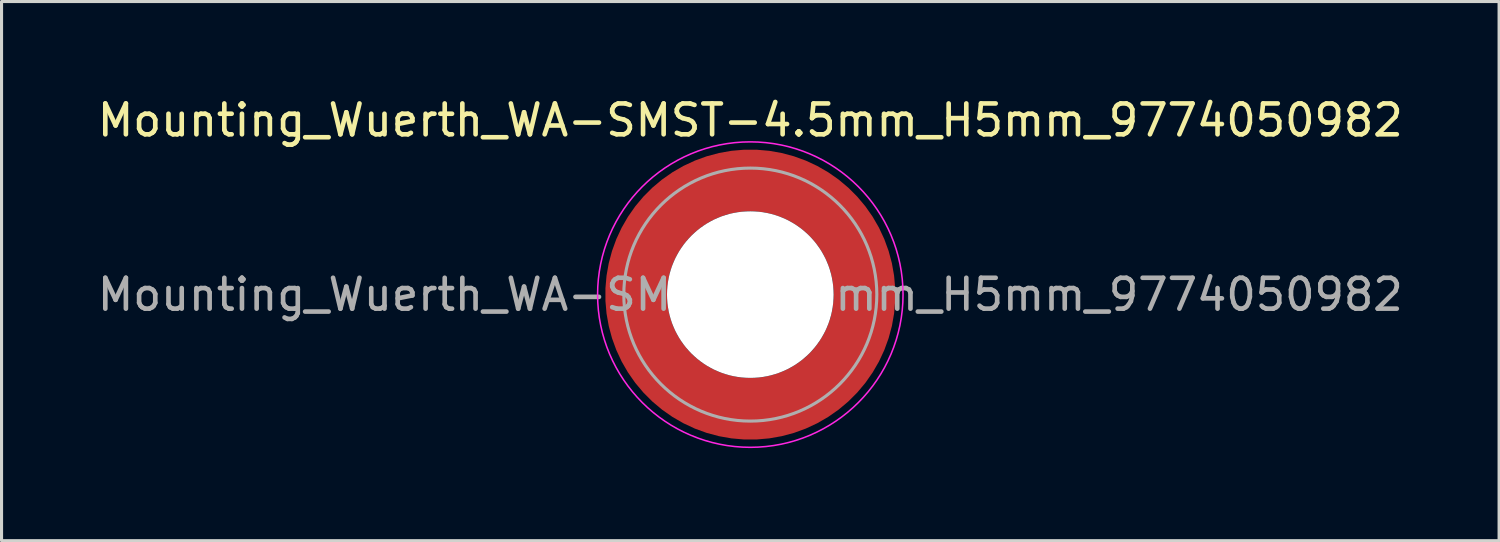
<source format=kicad_pcb>
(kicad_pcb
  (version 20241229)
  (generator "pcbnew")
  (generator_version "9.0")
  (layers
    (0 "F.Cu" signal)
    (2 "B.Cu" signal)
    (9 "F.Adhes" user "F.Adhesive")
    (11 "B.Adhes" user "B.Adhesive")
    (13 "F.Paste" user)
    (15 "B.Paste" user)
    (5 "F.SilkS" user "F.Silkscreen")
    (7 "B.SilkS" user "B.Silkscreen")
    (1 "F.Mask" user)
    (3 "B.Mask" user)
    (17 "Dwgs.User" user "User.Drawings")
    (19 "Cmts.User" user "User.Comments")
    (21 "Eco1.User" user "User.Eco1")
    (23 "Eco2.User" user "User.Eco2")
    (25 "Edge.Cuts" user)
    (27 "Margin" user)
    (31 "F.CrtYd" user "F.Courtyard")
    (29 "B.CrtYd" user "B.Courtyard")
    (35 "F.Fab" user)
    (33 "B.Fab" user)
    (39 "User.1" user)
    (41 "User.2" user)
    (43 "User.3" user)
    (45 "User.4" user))
  (footprint "Mounting_Wuerth_WA-SMST-4.5mm_H5mm_9774050982"
    (layer "F.Cu")
    (at 21.268 6.498)
    (property "Reference" "Mounting_Wuerth_WA-SMST-4.5mm_H5mm_9774050982" (at 0 -5.65 0) (layer "F.SilkS") (effects (font (size 1 1) (thickness 0.15))))
    (attr smd)
    (fp_circle (center 0 0) (end 4.95 0) (stroke (width 0.05) (type solid)) (fill no) (layer "F.CrtYd"))
    (fp_circle (center 0 0) (end 4.1 0) (stroke (width 0.1) (type solid)) (fill no) (layer "F.Fab"))
    (fp_text user "${REFERENCE}" (at 0 0 0) (layer "F.Fab") (effects (font (size 1 1) (thickness 0.15))))
    (pad "" smd custom (at -2.607 -2.607) (size 1.495 1.495) (layers "F.Paste") (options (anchor circle)) (primitives (gr_arc (start -0.188183 2.107456) (mid 0.598928 0.599619) (end 2.106494 -0.188011) (width 0.2)) (gr_arc (start -0.289416 2.107456) (mid 0.528508 0.529033) (end 2.106724 -0.28929) (width 0.2)) (gr_arc (start -0.390547 2.107456) (mid 0.457087 0.459449) (end 2.104161 -0.389996) (width 0.2)) (gr_arc (start -0.491585 2.107456) (mid 0.386415 0.389116) (end 2.103685 -0.490974) (width 0.2)) (gr_arc (start -0.59254 2.107456) (mid 0.31649 0.318035) (end 2.105297 -0.592203) (width 0.2)) (gr_arc (start -0.693419 2.107456) (mid 0.245252 0.248268) (end 2.103239 -0.692777) (width 0.2)) (gr_arc (start -0.794229 2.107456) (mid 0.174636 0.177878) (end 2.102921 -0.793558) (width 0.2)) (gr_arc (start -0.894975 2.107456) (mid 0.104643 0.106867) (end 2.104343 -0.894528) (width 0.2)) (gr_arc (start -0.995664 2.107456) (mid 0.033026 0.037479) (end 2.101219 -0.994793) (width 0.2)) (gr_arc (start -1.0963 2.107456) (mid -0.035789 -0.034713) (end 2.105949 -1.096095) (width 0.2)) (gr_arc (start -1.196886 2.107456) (mid -0.106351 -0.105158) (end 2.105783 -1.196667) (width 0.2)) (gr_arc (start -1.297427 2.107456) (mid -0.176416 -0.176097) (end 2.107009 -1.29737) (width 0.2)) (gr_arc (start -1.397927 2.107456) (mid -0.248476 -0.245042) (end 2.102638 -1.397323) (width 0.2)) (gr_arc (start -1.498388 2.107456) (mid -0.317612 -0.316913) (end 2.106475 -1.498268) (width 0.2)) (gr_arc (start -1.598813 2.107456) (mid -0.388865 -0.386665) (end 2.104366 -1.598444) (width 0.2)) (gr_arc (start -1.699204 2.107456) (mid -0.459747 -0.456787) (end 2.103299 -1.698719) (width 0.2)) (gr_arc (start -1.799565 2.107456) (mid -0.530257 -0.527283) (end 2.103277 -1.799089) (width 0.2)) (gr_arc (start -1.899896 2.107456) (mid -0.600396 -0.59815) (end 2.104299 -1.899545) (width 0.2)) (gr_arc (start -1.899896 2.107456) (mid -0.600396 -0.59815) (end 2.104299 -1.899545) (width 0.2)) (gr_line (start 2.107 -0.188) (end 2.107 -1.9) (width 0.2)) (gr_line (start -0.188 2.107) (end -1.9 2.107) (width 0.2))))
    (pad "" smd custom (at -2.607 2.607) (size 1.495 1.495) (layers "F.Paste") (options (anchor circle)) (primitives (gr_arc (start 2.107456 0.188183) (mid 0.599619 -0.598928) (end -0.188011 -2.106494) (width 0.2)) (gr_arc (start 2.107456 0.289416) (mid 0.529033 -0.528508) (end -0.28929 -2.106724) (width 0.2)) (gr_arc (start 2.107456 0.390547) (mid 0.45945 -0.457087) (end -0.389996 -2.104161) (width 0.2)) (gr_arc (start 2.107456 0.491585) (mid 0.389116 -0.386415) (end -0.490974 -2.103685) (width 0.2)) (gr_arc (start 2.107456 0.59254) (mid 0.318035 -0.31649) (end -0.592203 -2.105297) (width 0.2)) (gr_arc (start 2.107456 0.693419) (mid 0.248268 -0.245252) (end -0.692777 -2.103239) (width 0.2)) (gr_arc (start 2.107456 0.794229) (mid 0.177878 -0.174636) (end -0.793558 -2.102921) (width 0.2)) (gr_arc (start 2.107456 0.894975) (mid 0.106867 -0.104643) (end -0.894528 -2.104343) (width 0.2)) (gr_arc (start 2.107456 0.995664) (mid 0.037479 -0.033026) (end -0.994793 -2.101219) (width 0.2)) (gr_arc (start 2.107456 1.0963) (mid -0.034713 0.035789) (end -1.096095 -2.105949) (width 0.2)) (gr_arc (start 2.107456 1.196886) (mid -0.105158 0.106351) (end -1.196667 -2.105783) (width 0.2)) (gr_arc (start 2.107456 1.297427) (mid -0.176097 0.176416) (end -1.29737 -2.107009) (width 0.2)) (gr_arc (start 2.107456 1.397927) (mid -0.245042 0.248476) (end -1.397323 -2.102638) (width 0.2)) (gr_arc (start 2.107456 1.498388) (mid -0.316913 0.317612) (end -1.498268 -2.106475) (width 0.2)) (gr_arc (start 2.107456 1.598813) (mid -0.386665 0.388865) (end -1.598444 -2.104366) (width 0.2)) (gr_arc (start 2.107456 1.699204) (mid -0.456787 0.459747) (end -1.698719 -2.103299) (width 0.2)) (gr_arc (start 2.107456 1.799565) (mid -0.527283 0.530257) (end -1.799089 -2.103277) (width 0.2)) (gr_arc (start 2.107456 1.899896) (mid -0.59815 0.600396) (end -1.899545 -2.104299) (width 0.2)) (gr_arc (start 2.107456 1.899896) (mid -0.59815 0.600396) (end -1.899545 -2.104299) (width 0.2)) (gr_line (start -0.188 -2.107) (end -1.9 -2.107) (width 0.2)) (gr_line (start 2.107 0.188) (end 2.107 1.9) (width 0.2))))
    (pad "" np_thru_hole circle (at 0 0) (size 5.4 5.4) (drill 5.4) (layers "*.Cu" "*.Mask"))
    (pad "" smd custom (at 2.607 -2.607) (size 1.495 1.495) (layers "F.Paste") (options (anchor circle)) (primitives (gr_arc (start -2.107456 -0.188183) (mid -0.599619 0.598928) (end 0.188011 2.106494) (width 0.2)) (gr_arc (start -2.107456 -0.289416) (mid -0.529033 0.528508) (end 0.28929 2.106724) (width 0.2)) (gr_arc (start -2.107456 -0.390547) (mid -0.459449 0.457087) (end 0.389996 2.104161) (width 0.2)) (gr_arc (start -2.107456 -0.491585) (mid -0.389116 0.386415) (end 0.490974 2.103685) (width 0.2)) (gr_arc (start -2.107456 -0.59254) (mid -0.318035 0.31649) (end 0.592203 2.105297) (width 0.2)) (gr_arc (start -2.107456 -0.693419) (mid -0.248268 0.245252) (end 0.692777 2.103239) (width 0.2)) (gr_arc (start -2.107456 -0.794229) (mid -0.177878 0.174636) (end 0.793558 2.102921) (width 0.2)) (gr_arc (start -2.107456 -0.894975) (mid -0.106867 0.104643) (end 0.894528 2.104343) (width 0.2)) (gr_arc (start -2.107456 -0.995664) (mid -0.037479 0.033026) (end 0.994793 2.101219) (width 0.2)) (gr_arc (start -2.107456 -1.0963) (mid 0.034713 -0.035789) (end 1.096095 2.105949) (width 0.2)) (gr_arc (start -2.107456 -1.196886) (mid 0.105158 -0.106351) (end 1.196667 2.105783) (width 0.2)) (gr_arc (start -2.107456 -1.297427) (mid 0.176097 -0.176416) (end 1.29737 2.107009) (width 0.2)) (gr_arc (start -2.107456 -1.397927) (mid 0.245042 -0.248476) (end 1.397323 2.102638) (width 0.2)) (gr_arc (start -2.107456 -1.498388) (mid 0.316913 -0.317612) (end 1.498268 2.106475) (width 0.2)) (gr_arc (start -2.107456 -1.598813) (mid 0.386665 -0.388865) (end 1.598444 2.104366) (width 0.2)) (gr_arc (start -2.107456 -1.699204) (mid 0.456787 -0.459747) (end 1.698719 2.103299) (width 0.2)) (gr_arc (start -2.107456 -1.799565) (mid 0.527283 -0.530257) (end 1.799089 2.103277) (width 0.2)) (gr_arc (start -2.107456 -1.899896) (mid 0.59815 -0.600396) (end 1.899545 2.104299) (width 0.2)) (gr_arc (start -2.107456 -1.899896) (mid 0.59815 -0.600396) (end 1.899545 2.104299) (width 0.2)) (gr_line (start 0.188 2.107) (end 1.9 2.107) (width 0.2)) (gr_line (start -2.107 -0.188) (end -2.107 -1.9) (width 0.2))))
    (pad "" smd custom (at 2.607 2.607) (size 1.495 1.495) (layers "F.Paste") (options (anchor circle)) (primitives (gr_arc (start 0.188183 -2.107456) (mid -0.598928 -0.599619) (end -2.106494 0.188011) (width 0.2)) (gr_arc (start 0.289416 -2.107456) (mid -0.528508 -0.529033) (end -2.106724 0.28929) (width 0.2)) (gr_arc (start 0.390547 -2.107456) (mid -0.457087 -0.459449) (end -2.104161 0.389996) (width 0.2)) (gr_arc (start 0.491585 -2.107456) (mid -0.386415 -0.389116) (end -2.103685 0.490974) (width 0.2)) (gr_arc (start 0.59254 -2.107456) (mid -0.31649 -0.318035) (end -2.105297 0.592203) (width 0.2)) (gr_arc (start 0.693419 -2.107456) (mid -0.245252 -0.248268) (end -2.103239 0.692777) (width 0.2)) (gr_arc (start 0.794229 -2.107456) (mid -0.174636 -0.177878) (end -2.102921 0.793558) (width 0.2)) (gr_arc (start 0.894975 -2.107456) (mid -0.104643 -0.106867) (end -2.104343 0.894528) (width 0.2)) (gr_arc (start 0.995664 -2.107456) (mid -0.033026 -0.037479) (end -2.101219 0.994793) (width 0.2)) (gr_arc (start 1.0963 -2.107456) (mid 0.035789 0.034713) (end -2.105949 1.096095) (width 0.2)) (gr_arc (start 1.196886 -2.107456) (mid 0.106351 0.105158) (end -2.105783 1.196667) (width 0.2)) (gr_arc (start 1.297427 -2.107456) (mid 0.176416 0.176097) (end -2.107009 1.29737) (width 0.2)) (gr_arc (start 1.397927 -2.107456) (mid 0.248476 0.245042) (end -2.102638 1.397323) (width 0.2)) (gr_arc (start 1.498388 -2.107456) (mid 0.317612 0.316913) (end -2.106475 1.498268) (width 0.2)) (gr_arc (start 1.598813 -2.107456) (mid 0.388865 0.386665) (end -2.104366 1.598444) (width 0.2)) (gr_arc (start 1.699204 -2.107456) (mid 0.459747 0.456787) (end -2.103299 1.698719) (width 0.2)) (gr_arc (start 1.799565 -2.107456) (mid 0.530257 0.527283) (end -2.103277 1.799089) (width 0.2)) (gr_arc (start 1.899896 -2.107456) (mid 0.600396 0.59815) (end -2.104299 1.899545) (width 0.2)) (gr_arc (start 1.899896 -2.107456) (mid 0.600396 0.59815) (end -2.104299 1.899545) (width 0.2)) (gr_line (start -2.107 0.188) (end -2.107 1.9) (width 0.2)) (gr_line (start 0.188 -2.107) (end 1.9 -2.107) (width 0.2))))
    (pad "1" smd circle (at -3.7 0) (size 1.6 1.6) (layers "F.Cu"))
    (pad "1" smd circle (at 0 -3.7) (size 1.6 1.6) (layers "F.Cu"))
    (pad "1" smd circle (at 0 3.7) (size 1.6 1.6) (layers "F.Cu"))
    (pad "1" smd custom (at 3.7 0) (size 1.6 1.6) (layers "F.Cu" "F.Mask") (options (anchor circle)) (primitives (gr_circle (center -3.7 0) (end 0 0) (width 2) (fill no)))))
  (gr_rect
    (start -3 -3)
    (end 45.536 14.473)
    (stroke (width 0.1) (type default))
    (fill no)
    (layer "Edge.Cuts")))
</source>
